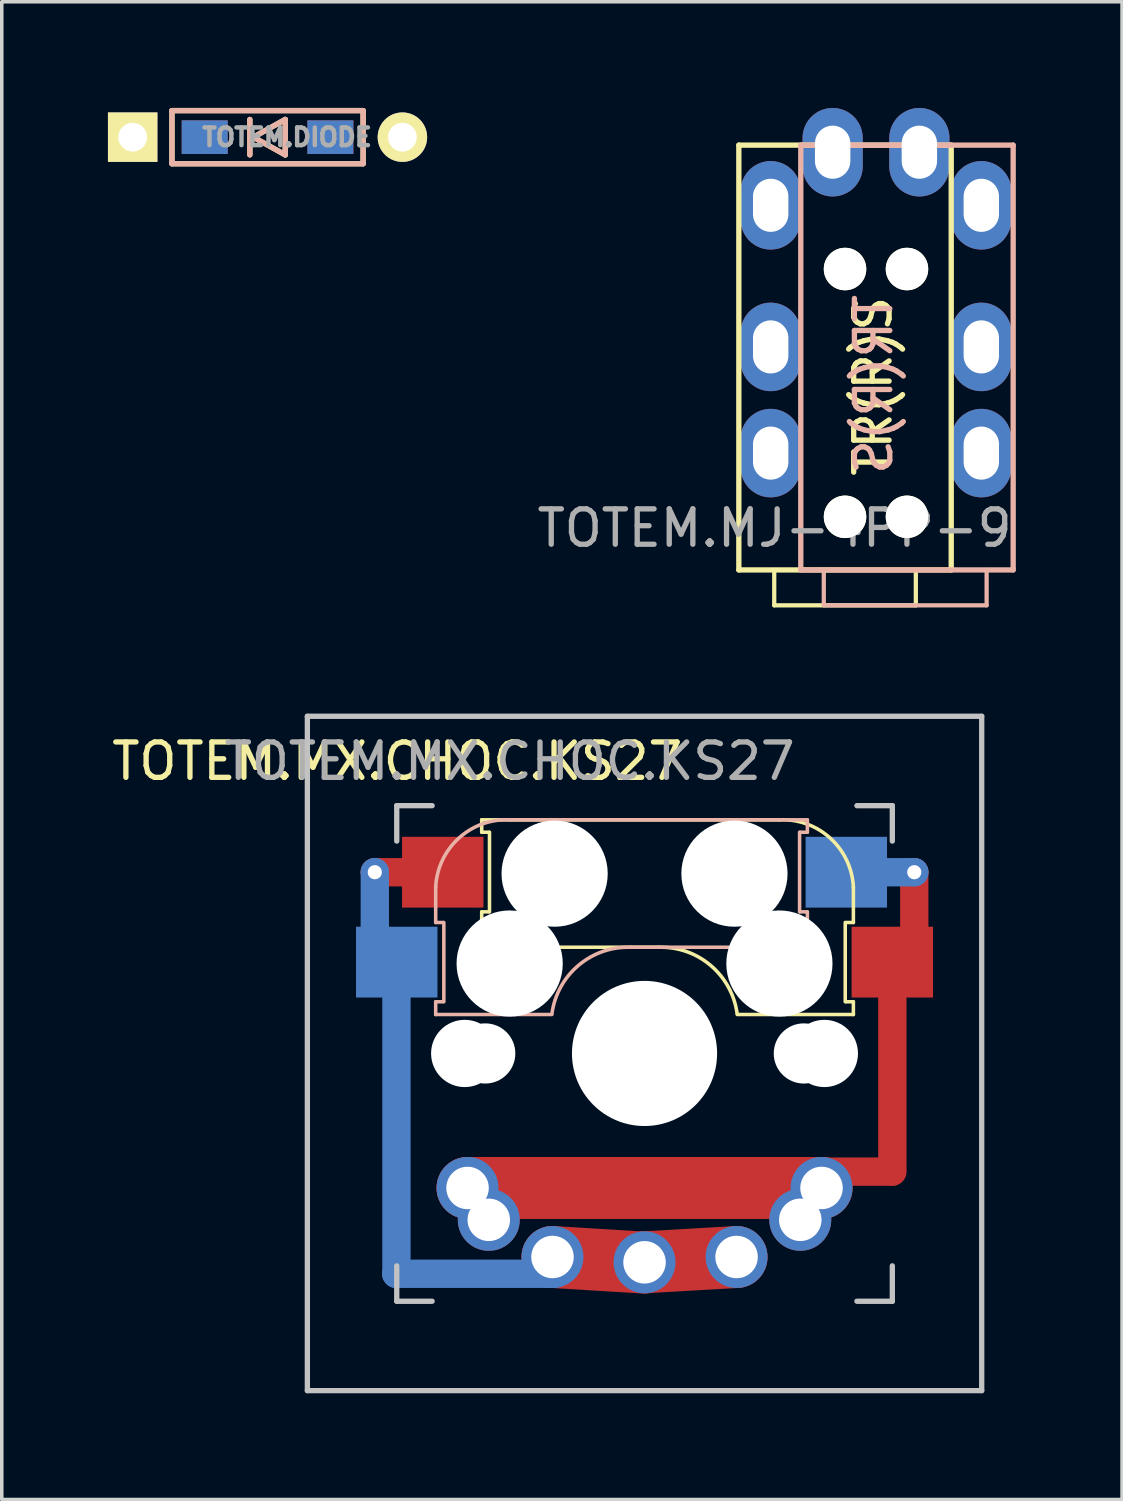
<source format=kicad_pcb>
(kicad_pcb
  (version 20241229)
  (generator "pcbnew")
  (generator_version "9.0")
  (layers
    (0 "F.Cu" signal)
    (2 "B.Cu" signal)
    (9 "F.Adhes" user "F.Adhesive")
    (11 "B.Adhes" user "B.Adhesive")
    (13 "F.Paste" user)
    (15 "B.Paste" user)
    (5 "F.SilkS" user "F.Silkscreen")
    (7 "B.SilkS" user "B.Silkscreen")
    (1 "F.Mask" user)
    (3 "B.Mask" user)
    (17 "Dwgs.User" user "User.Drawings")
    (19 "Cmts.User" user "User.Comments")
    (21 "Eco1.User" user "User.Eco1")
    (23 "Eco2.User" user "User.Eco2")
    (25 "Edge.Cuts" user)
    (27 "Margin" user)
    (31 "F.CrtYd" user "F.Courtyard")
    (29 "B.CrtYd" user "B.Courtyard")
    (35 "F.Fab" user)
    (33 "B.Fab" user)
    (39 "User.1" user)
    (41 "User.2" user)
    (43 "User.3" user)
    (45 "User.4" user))
  (footprint "TOTEM.DIODE"
    (layer "F.Cu")
    (at 4.508 0.825)
    (property "Reference" "TOTEM.DIODE" (at 0.55 0 0) (layer "F.Fab") (effects (font (size 0.5 0.5) (thickness 0.125))))
    (attr through_hole)
    (fp_line (start -2.7 -0.75) (end -2.7 0.75) (stroke (width 0.15) (type solid)) (layer "F.SilkS"))
    (fp_line (start -2.7 0.75) (end 2.7 0.75) (stroke (width 0.15) (type solid)) (layer "F.SilkS"))
    (fp_line (start -0.5 -0.5) (end -0.5 0.5) (stroke (width 0.15) (type solid)) (layer "F.SilkS"))
    (fp_line (start -0.4 0) (end 0.5 -0.5) (stroke (width 0.15) (type solid)) (layer "F.SilkS"))
    (fp_line (start 0.5 -0.5) (end 0.5 0.5) (stroke (width 0.15) (type solid)) (layer "F.SilkS"))
    (fp_line (start 0.5 0.5) (end -0.4 0) (stroke (width 0.15) (type solid)) (layer "F.SilkS"))
    (fp_line (start 2.7 -0.75) (end -2.7 -0.75) (stroke (width 0.15) (type solid)) (layer "F.SilkS"))
    (fp_line (start 2.7 0.75) (end 2.7 -0.75) (stroke (width 0.15) (type solid)) (layer "F.SilkS"))
    (fp_line (start -2.7 -0.75) (end -2.7 0.75) (stroke (width 0.15) (type solid)) (layer "B.SilkS"))
    (fp_line (start -2.7 0.75) (end 2.7 0.75) (stroke (width 0.15) (type solid)) (layer "B.SilkS"))
    (fp_line (start -0.5 -0.5) (end -0.5 0.5) (stroke (width 0.15) (type solid)) (layer "B.SilkS"))
    (fp_line (start -0.4 0) (end 0.5 -0.5) (stroke (width 0.15) (type solid)) (layer "B.SilkS"))
    (fp_line (start 0.5 -0.5) (end 0.5 0.5) (stroke (width 0.15) (type solid)) (layer "B.SilkS"))
    (fp_line (start 0.5 0.5) (end -0.4 0) (stroke (width 0.15) (type solid)) (layer "B.SilkS"))
    (fp_line (start 2.7 -0.75) (end -2.7 -0.75) (stroke (width 0.15) (type solid)) (layer "B.SilkS"))
    (fp_line (start 2.7 0.75) (end 2.7 -0.75) (stroke (width 0.15) (type solid)) (layer "B.SilkS"))
    (pad "1" thru_hole rect (at -3.81 0) (size 1.397 1.397) (drill 0.813) (layers "*.Cu" "*.Mask" "F.SilkS"))
    (pad "1" smd rect (at -1.775 0) (size 1.3 0.95) (layers "F.Cu" "F.Mask" "F.Paste"))
    (pad "1" smd rect (at -1.775 0) (size 1.3 0.95) (layers "B.Cu" "B.Mask" "B.Paste"))
    (pad "2" smd rect (at 1.775 0) (size 1.3 0.95) (layers "F.Cu" "F.Mask" "F.Paste"))
    (pad "2" smd rect (at 1.775 0) (size 1.3 0.95) (layers "B.Cu" "B.Mask" "B.Paste"))
    (pad "2" thru_hole circle (at 3.81 0) (size 1.397 1.397) (drill 0.813) (layers "*.Cu" "*.Mask" "F.SilkS")))
  (footprint "TOTEM.MX.CHOC.KS27"
    (layer "F.Cu")
    (at 15.158 26.71)
    (property "Reference" "TOTEM.MX.CHOC.KS27" (at -6.985 -8.255 0) (unlocked yes) (layer "F.SilkS") (effects (font (size 1 1) (thickness 0.15))))
    (attr through_hole)
    (fp_line (start -4.6 -6.6) (end 3.8 -6.6) (stroke (width 0.1) (type solid)) (layer "F.SilkS"))
    (fp_line (start -4.6 -6.25) (end -4.6 -6.6) (stroke (width 0.1) (type solid)) (layer "F.SilkS"))
    (fp_line (start -4.6 -4) (end -4.4 -4) (stroke (width 0.1) (type solid)) (layer "F.SilkS"))
    (fp_line (start -4.6 -3) (end -4.6 -4) (stroke (width 0.1) (type solid)) (layer "F.SilkS"))
    (fp_line (start -4.4 -6.25) (end -4.6 -6.25) (stroke (width 0.1) (type solid)) (layer "F.SilkS"))
    (fp_line (start -4.38 -4) (end -4.38 -6.25) (stroke (width 0.1) (type solid)) (layer "F.SilkS"))
    (fp_line (start 0.4 -3) (end -4.6 -3) (stroke (width 0.1) (type solid)) (layer "F.SilkS"))
    (fp_line (start 5.67 -3.7) (end 5.67 -1.46) (stroke (width 0.1) (type solid)) (layer "F.SilkS"))
    (fp_line (start 5.7 -1.46) (end 5.9 -1.46) (stroke (width 0.1) (type solid)) (layer "F.SilkS"))
    (fp_line (start 5.9 -4.7) (end 5.9 -3.7) (stroke (width 0.1) (type solid)) (layer "F.SilkS"))
    (fp_line (start 5.9 -3.7) (end 5.7 -3.7) (stroke (width 0.1) (type solid)) (layer "F.SilkS"))
    (fp_line (start 5.9 -1.1) (end 2.62 -1.1) (stroke (width 0.1) (type solid)) (layer "F.SilkS"))
    (fp_line (start 5.9 -1.1) (end 5.9 -1.46) (stroke (width 0.1) (type solid)) (layer "F.SilkS"))
    (fp_arc (start 0.4 -3) (mid 1.868709 -2.486118) (end 2.616318 -1.121471) (stroke (width 0.1) (type solid)) (layer "F.SilkS"))
    (fp_arc (start 3.8 -6.600001) (mid 5.243504 -6.084925) (end 5.900001 -4.7) (stroke (width 0.1) (type solid)) (layer "F.SilkS"))
    (fp_line (start -5.9 -4.7) (end -5.9 -3.7) (stroke (width 0.1) (type solid)) (layer "B.SilkS"))
    (fp_line (start -5.9 -3.7) (end -5.7 -3.7) (stroke (width 0.1) (type solid)) (layer "B.SilkS"))
    (fp_line (start -5.9 -1.1) (end -5.9 -1.46) (stroke (width 0.1) (type solid)) (layer "B.SilkS"))
    (fp_line (start -5.9 -1.1) (end -2.62 -1.1) (stroke (width 0.1) (type solid)) (layer "B.SilkS"))
    (fp_line (start -5.7 -1.46) (end -5.9 -1.46) (stroke (width 0.1) (type solid)) (layer "B.SilkS"))
    (fp_line (start -5.67 -3.7) (end -5.67 -1.46) (stroke (width 0.1) (type solid)) (layer "B.SilkS"))
    (fp_line (start -0.4 -3) (end 4.6 -3) (stroke (width 0.1) (type solid)) (layer "B.SilkS"))
    (fp_line (start 4.38 -4) (end 4.38 -6.25) (stroke (width 0.1) (type solid)) (layer "B.SilkS"))
    (fp_line (start 4.4 -6.25) (end 4.6 -6.25) (stroke (width 0.1) (type solid)) (layer "B.SilkS"))
    (fp_line (start 4.6 -6.6) (end -3.8 -6.6) (stroke (width 0.1) (type solid)) (layer "B.SilkS"))
    (fp_line (start 4.6 -6.25) (end 4.6 -6.6) (stroke (width 0.1) (type solid)) (layer "B.SilkS"))
    (fp_line (start 4.6 -4) (end 4.4 -4) (stroke (width 0.1) (type solid)) (layer "B.SilkS"))
    (fp_line (start 4.6 -3) (end 4.6 -4) (stroke (width 0.1) (type solid)) (layer "B.SilkS"))
    (fp_arc (start -5.9 -4.699999) (mid -5.243504 -6.084924) (end -3.800001 -6.6) (stroke (width 0.1) (type solid)) (layer "B.SilkS"))
    (fp_arc (start -2.616318 -1.121471) (mid -1.868709 -2.486118) (end -0.4 -3) (stroke (width 0.1) (type solid)) (layer "B.SilkS"))
    (fp_line (start -9.525 -9.525) (end 9.525 -9.525) (stroke (width 0.15) (type solid)) (layer "Dwgs.User"))
    (fp_line (start -9.525 9.525) (end -9.525 -9.525) (stroke (width 0.15) (type solid)) (layer "Dwgs.User"))
    (fp_line (start -7 -7) (end -6 -7) (stroke (width 0.15) (type solid)) (layer "Dwgs.User"))
    (fp_line (start -7 -6) (end -7 -7) (stroke (width 0.15) (type solid)) (layer "Dwgs.User"))
    (fp_line (start -7 6) (end -7 7) (stroke (width 0.15) (type solid)) (layer "Dwgs.User"))
    (fp_line (start -7 7) (end -6 7) (stroke (width 0.15) (type solid)) (layer "Dwgs.User"))
    (fp_line (start 6 7) (end 7 7) (stroke (width 0.15) (type solid)) (layer "Dwgs.User"))
    (fp_line (start 7 -7) (end 6 -7) (stroke (width 0.15) (type solid)) (layer "Dwgs.User"))
    (fp_line (start 7 -7) (end 7 -6) (stroke (width 0.15) (type solid)) (layer "Dwgs.User"))
    (fp_line (start 7 7) (end 7 6) (stroke (width 0.15) (type solid)) (layer "Dwgs.User"))
    (fp_line (start 9.525 -9.525) (end 9.525 9.525) (stroke (width 0.15) (type solid)) (layer "Dwgs.User"))
    (fp_line (start 9.525 9.525) (end -9.525 9.525) (stroke (width 0.15) (type solid)) (layer "Dwgs.User"))
    (fp_text user "${REFERENCE}" (at -3.81 -8.255 0) (layer "F.Fab") (effects (font (size 1 1) (thickness 0.15))))
    (pad "" np_thru_hole circle (at -5.08 0) (size 1.9 1.9) (drill 1.9) (layers "*.Cu" "*.Mask"))
    (pad "" np_thru_hole circle (at -4.5 0) (size 1.7 1.7) (drill 1.7) (layers "*.Cu" "*.Mask"))
    (pad "" np_thru_hole circle (at -3.81 -2.54 180) (size 3 3) (drill 3) (layers "*.Cu" "*.Mask"))
    (pad "" np_thru_hole circle (at -2.54 -5.08 180) (size 3 3) (drill 3) (layers "*.Cu" "*.Mask"))
    (pad "" np_thru_hole circle (at 0 0 90) (size 4.1 4.1) (drill 4.1) (layers "*.Cu" "*.Mask"))
    (pad "" np_thru_hole circle (at 2.54 -5.08 180) (size 3 3) (drill 3) (layers "*.Cu" "*.Mask"))
    (pad "" np_thru_hole circle (at 3.81 -2.54 180) (size 3 3) (drill 3) (layers "*.Cu" "*.Mask"))
    (pad "" np_thru_hole circle (at 4.5 0) (size 1.7 1.7) (drill 1.7) (layers "*.Cu" "*.Mask"))
    (pad "" np_thru_hole circle (at 5.08 0) (size 1.9 1.9) (drill 1.9) (layers "*.Cu" "*.Mask"))
    (pad "1" thru_hole circle (at -7.62 -5.12) (size 0.8 0.8) (drill 0.4) (layers "*.Cu" "*.Mask"))
    (pad "1" connect oval (at -7.62 -5.12) (size 0.8 2.4) (drill (offset 0 0.8)) (layers "B.Cu"))
    (pad "1" connect oval (at -7.62 -5.12) (size 2.4 0.8) (drill (offset 0.8 0)) (layers "F.Cu"))
    (pad "1" smd rect (at -7 -2.58 180) (size 2.3 2) (layers "B.Cu" "B.Mask" "B.Paste"))
    (pad "1" connect oval (at -7 -1.58) (size 0.8 8.64) (drill (offset -0.009 3.892)) (layers "B.Cu"))
    (pad "1" smd rect (at -5.7 -5.12 180) (size 2.3 2) (layers "F.Cu" "F.Mask" "F.Paste"))
    (pad "1" connect oval (at -4.773 6.223) (size 5.287 0.8) (layers "B.Cu"))
    (pad "1" thru_hole circle (at -2.6 5.75) (size 1.75 1.75) (drill 1.2) (layers "*.Cu" "*.Mask"))
    (pad "1" connect oval (at -2.6 5.75 356.5) (size 4.35 1.75) (drill (offset 1.3 0)) (layers "F.Cu"))
    (pad "1" thru_hole circle (at 0 5.9) (size 1.75 1.75) (drill 1.2) (layers "*.Cu" "*.Mask"))
    (pad "1" connect oval (at 0 5.9 3.3) (size 4.35 1.75) (drill (offset 1.3 0)) (layers "F.Cu"))
    (pad "1" thru_hole circle (at 2.6 5.75) (size 1.75 1.75) (drill 1.2) (layers "*.Cu" "*.Mask"))
    (pad "2" thru_hole circle (at -5 3.8) (size 1.75 1.75) (drill 1.2) (layers "*.Cu" "*.Mask"))
    (pad "2" thru_hole circle (at -4.4 4.7) (size 1.75 1.75) (drill 1.2) (layers "*.Cu" "*.Mask"))
    (pad "2" connect oval (at 0 3.8) (size 11.75 1.75) (layers "F.Cu"))
    (pad "2" thru_hole circle (at 4.4 4.7) (size 1.75 1.75) (drill 1.2) (layers "*.Cu" "*.Mask"))
    (pad "2" thru_hole circle (at 5 3.8) (size 1.75 1.75) (drill 1.2) (layers "*.Cu" "*.Mask"))
    (pad "2" smd rect (at 5.7 -5.12 180) (size 2.3 2) (layers "B.Cu" "B.Mask" "B.Paste"))
    (pad "2" connect oval (at 5.995 3.339) (size 2.793 0.8) (layers "F.Cu"))
    (pad "2" smd rect (at 7 -2.58 180) (size 2.3 2) (layers "F.Cu" "F.Mask" "F.Paste"))
    (pad "2" connect oval (at 7.001 0.87) (size 0.8 5.729) (layers "F.Cu"))
    (pad "2" thru_hole circle (at 7.62 -5.12) (size 0.8 0.8) (drill 0.4) (layers "*.Cu" "*.Mask"))
    (pad "2" connect oval (at 7.62 -5.12) (size 0.8 2.4) (drill (offset 0 0.8)) (layers "F.Cu"))
    (pad "2" connect oval (at 7.62 -5.12) (size 2.4 0.8) (drill (offset -0.8 0)) (layers "B.Cu")))
  (footprint "TOTEM.MJ-4PP-9"
    (layer "F.Cu")
    (at 20.822 1.05)
    (property "Reference" "TOTEM.MJ-4PP-9" (at -1.99 10.82 180) (layer "F.Fab") (effects (font (size 1 1) (thickness 0.15))))
    (attr through_hole)
    (fp_line (start -3 0) (end 3 0) (stroke (width 0.15) (type solid)) (layer "F.SilkS"))
    (fp_line (start -3 12) (end -3 0) (stroke (width 0.15) (type solid)) (layer "F.SilkS"))
    (fp_line (start -2 12) (end -2 13) (stroke (width 0.12) (type solid)) (layer "F.SilkS"))
    (fp_line (start -2 13) (end 2 13) (stroke (width 0.12) (type solid)) (layer "F.SilkS"))
    (fp_line (start 2 13) (end 2 12.1) (stroke (width 0.12) (type solid)) (layer "F.SilkS"))
    (fp_line (start 3 0) (end 3 12) (stroke (width 0.15) (type solid)) (layer "F.SilkS"))
    (fp_line (start 3 12) (end -3 12) (stroke (width 0.15) (type solid)) (layer "F.SilkS"))
    (fp_line (start -1.25 0) (end 4.75 0) (stroke (width 0.15) (type solid)) (layer "B.SilkS"))
    (fp_line (start -1.25 12) (end -1.25 0) (stroke (width 0.15) (type solid)) (layer "B.SilkS"))
    (fp_line (start -0.6 13) (end -0.6 12) (stroke (width 0.12) (type solid)) (layer "B.SilkS"))
    (fp_line (start 4 12) (end 4 13) (stroke (width 0.12) (type solid)) (layer "B.SilkS"))
    (fp_line (start 4 13) (end -0.6 13) (stroke (width 0.12) (type solid)) (layer "B.SilkS"))
    (fp_line (start 4.75 0) (end 4.75 12) (stroke (width 0.15) (type solid)) (layer "B.SilkS"))
    (fp_line (start 4.75 12) (end -1.25 12) (stroke (width 0.15) (type solid)) (layer "B.SilkS"))
    (fp_text user "TR(R)S" (at 0.79 6.81 270) (layer "F.SilkS") (effects (font (size 1 1) (thickness 0.15))))
    (fp_text user "TR(R)S" (at 0.81 6.76 270) (layer "B.SilkS") (effects (font (size 1 1) (thickness 0.15)) (justify mirror)))
    (pad "" np_thru_hole circle (at 0 3.5 180) (size 1.2 1.2) (drill 1.2) (layers "*.Cu" "*.Mask" "F.SilkS"))
    (pad "" np_thru_hole circle (at 0 10.5 180) (size 1.2 1.2) (drill 1.2) (layers "*.Cu" "*.Mask" "F.SilkS"))
    (pad "" np_thru_hole circle (at 1.75 3.5 180) (size 1.2 1.2) (drill 1.2) (layers "*.Cu" "*.Mask" "F.SilkS"))
    (pad "" np_thru_hole circle (at 1.75 10.5 180) (size 1.2 1.2) (drill 1.2) (layers "*.Cu" "*.Mask" "F.SilkS"))
    (pad "R1" thru_hole oval (at -2.1 5.7 180) (size 1.7 2.5) (drill oval 1 1.5) (layers "*.Cu" "B.Mask"))
    (pad "R1" thru_hole oval (at 3.85 5.7 180) (size 1.7 2.5) (drill oval 1 1.5) (layers "*.Cu" "F.Mask"))
    (pad "R2" thru_hole oval (at -2.1 8.7 180) (size 1.7 2.5) (drill oval 1 1.5) (layers "*.Cu" "B.Mask"))
    (pad "R2" thru_hole oval (at 3.85 8.7 180) (size 1.7 2.5) (drill oval 1 1.5) (layers "*.Cu" "F.Mask"))
    (pad "S" thru_hole oval (at -0.35 0.2 180) (size 1.7 2.5) (drill oval 1 1.5) (layers "*.Cu" "F.Mask"))
    (pad "S" thru_hole oval (at 2.1 0.2 180) (size 1.7 2.5) (drill oval 1 1.5) (layers "*.Cu" "B.Mask"))
    (pad "T" thru_hole oval (at -2.1 1.7 180) (size 1.7 2.5) (drill oval 1 1.5) (layers "*.Cu" "B.Mask"))
    (pad "T" thru_hole oval (at 3.85 1.7 180) (size 1.7 2.5) (drill oval 1 1.5) (layers "*.Cu" "F.Mask")))
  (gr_rect
    (start -3 -3)
    (end 28.648 39.31)
    (stroke (width 0.1) (type default))
    (fill no)
    (layer "Edge.Cuts")))
</source>
